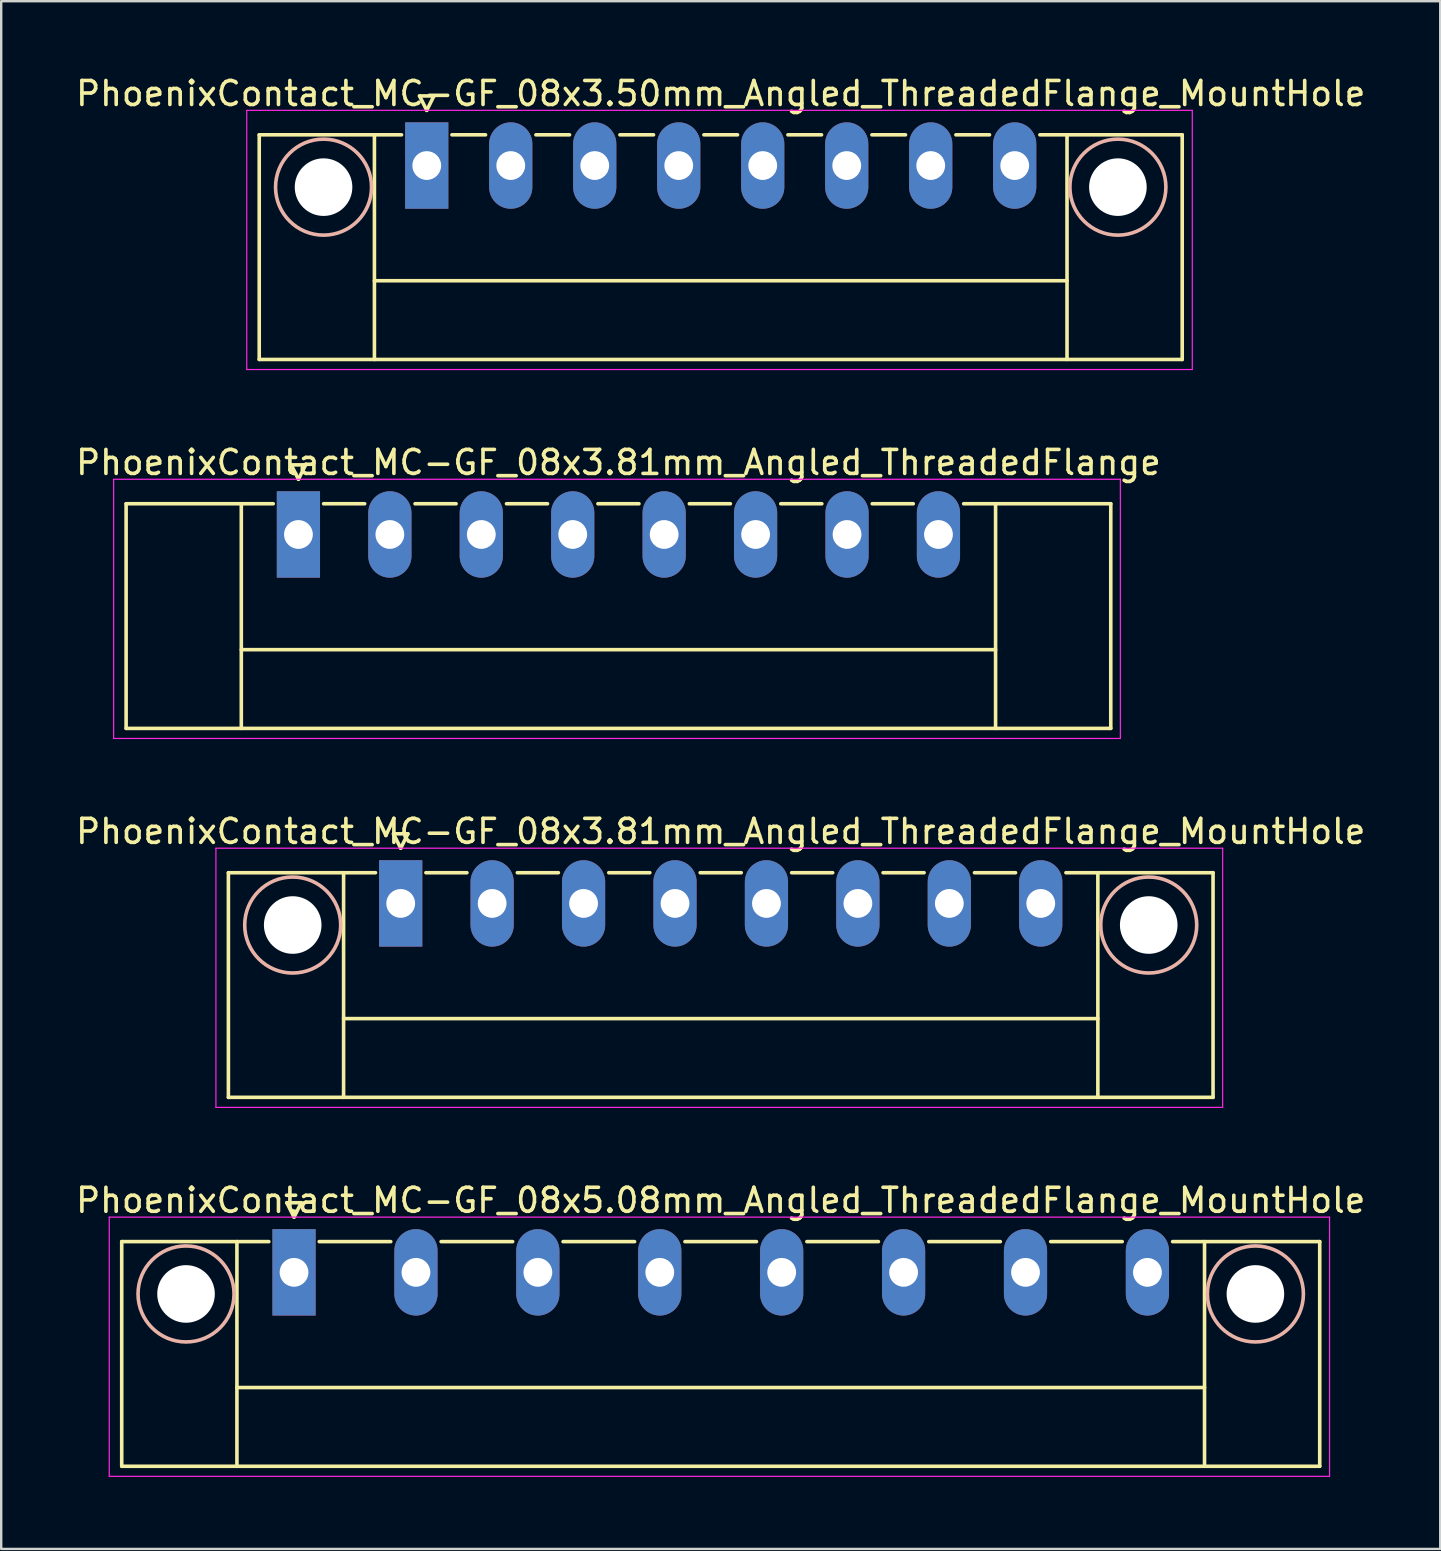
<source format=kicad_pcb>
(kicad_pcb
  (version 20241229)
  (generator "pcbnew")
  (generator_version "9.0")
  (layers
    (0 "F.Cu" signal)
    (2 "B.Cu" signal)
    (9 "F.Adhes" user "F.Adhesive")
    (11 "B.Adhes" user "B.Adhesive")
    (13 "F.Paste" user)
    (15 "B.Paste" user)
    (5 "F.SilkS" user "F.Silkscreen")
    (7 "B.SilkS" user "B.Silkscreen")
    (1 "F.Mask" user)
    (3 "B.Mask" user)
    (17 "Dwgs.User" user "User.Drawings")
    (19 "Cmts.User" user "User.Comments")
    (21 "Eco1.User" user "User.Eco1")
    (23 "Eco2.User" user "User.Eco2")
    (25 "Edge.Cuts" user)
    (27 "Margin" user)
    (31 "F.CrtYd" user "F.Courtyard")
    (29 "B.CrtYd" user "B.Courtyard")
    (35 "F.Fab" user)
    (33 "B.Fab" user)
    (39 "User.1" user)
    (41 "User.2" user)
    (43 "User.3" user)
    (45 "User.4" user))
  (footprint "PhoenixContact_MC-GF_08x3.81mm_Angled_ThreadedFlange"
    (layer "F.Cu")
    (at 9.385 19.221)
    (property "Reference" "PhoenixContact_MC-GF_08x3.81mm_Angled_ThreadedFlange" (at 13.335 -3 0) (layer "F.SilkS") (effects (font (size 1 1) (thickness 0.15))))
    (attr through_hole)
    (fp_line (start -7.18 -1.28) (end -7.18 8.08) (stroke (width 0.15) (type solid)) (layer "F.SilkS"))
    (fp_line (start -7.18 -1.28) (end -1.05 -1.28) (stroke (width 0.15) (type solid)) (layer "F.SilkS"))
    (fp_line (start -7.18 8.08) (end 33.85 8.08) (stroke (width 0.15) (type solid)) (layer "F.SilkS"))
    (fp_line (start -2.38 -1.28) (end -2.38 8.08) (stroke (width 0.15) (type solid)) (layer "F.SilkS"))
    (fp_line (start -2.38 4.8) (end 29.05 4.8) (stroke (width 0.15) (type solid)) (layer "F.SilkS"))
    (fp_line (start -0.3 -2.9) (end 0 -2.3) (stroke (width 0.15) (type solid)) (layer "F.SilkS"))
    (fp_line (start 0 -2.3) (end 0.3 -2.9) (stroke (width 0.15) (type solid)) (layer "F.SilkS"))
    (fp_line (start 0.3 -2.9) (end -0.3 -2.9) (stroke (width 0.15) (type solid)) (layer "F.SilkS"))
    (fp_line (start 1.05 -1.28) (end 2.76 -1.28) (stroke (width 0.15) (type solid)) (layer "F.SilkS"))
    (fp_line (start 4.86 -1.28) (end 6.57 -1.28) (stroke (width 0.15) (type solid)) (layer "F.SilkS"))
    (fp_line (start 8.67 -1.28) (end 10.38 -1.28) (stroke (width 0.15) (type solid)) (layer "F.SilkS"))
    (fp_line (start 12.48 -1.28) (end 14.19 -1.28) (stroke (width 0.15) (type solid)) (layer "F.SilkS"))
    (fp_line (start 16.29 -1.28) (end 18 -1.28) (stroke (width 0.15) (type solid)) (layer "F.SilkS"))
    (fp_line (start 20.1 -1.28) (end 21.81 -1.28) (stroke (width 0.15) (type solid)) (layer "F.SilkS"))
    (fp_line (start 23.91 -1.28) (end 25.62 -1.28) (stroke (width 0.15) (type solid)) (layer "F.SilkS"))
    (fp_line (start 29.05 -1.28) (end 29.05 8.08) (stroke (width 0.15) (type solid)) (layer "F.SilkS"))
    (fp_line (start 33.85 -1.28) (end 27.72 -1.28) (stroke (width 0.15) (type solid)) (layer "F.SilkS"))
    (fp_line (start 33.85 8.08) (end 33.85 -1.28) (stroke (width 0.15) (type solid)) (layer "F.SilkS"))
    (fp_line (start -7.7 -2.3) (end -7.7 8.5) (stroke (width 0.05) (type solid)) (layer "F.CrtYd"))
    (fp_line (start -7.7 8.5) (end 34.25 8.5) (stroke (width 0.05) (type solid)) (layer "F.CrtYd"))
    (fp_line (start 34.25 -2.3) (end -7.7 -2.3) (stroke (width 0.05) (type solid)) (layer "F.CrtYd"))
    (fp_line (start 34.25 8.5) (end 34.25 -2.3) (stroke (width 0.05) (type solid)) (layer "F.CrtYd"))
    (pad "1" thru_hole rect (at 0 0) (size 1.8 3.6) (drill 1.2) (layers "*.Cu" "*.Mask"))
    (pad "2" thru_hole oval (at 3.81 0) (size 1.8 3.6) (drill 1.2) (layers "*.Cu" "*.Mask"))
    (pad "3" thru_hole oval (at 7.62 0) (size 1.8 3.6) (drill 1.2) (layers "*.Cu" "*.Mask"))
    (pad "4" thru_hole oval (at 11.43 0) (size 1.8 3.6) (drill 1.2) (layers "*.Cu" "*.Mask"))
    (pad "5" thru_hole oval (at 15.24 0) (size 1.8 3.6) (drill 1.2) (layers "*.Cu" "*.Mask"))
    (pad "6" thru_hole oval (at 19.05 0) (size 1.8 3.6) (drill 1.2) (layers "*.Cu" "*.Mask"))
    (pad "7" thru_hole oval (at 22.86 0) (size 1.8 3.6) (drill 1.2) (layers "*.Cu" "*.Mask"))
    (pad "8" thru_hole oval (at 26.67 0) (size 1.8 3.6) (drill 1.2) (layers "*.Cu" "*.Mask")))
  (footprint "PhoenixContact_MC-GF_08x5.08mm_Angled_ThreadedFlange_MountHole"
    (layer "F.Cu")
    (at 9.202 49.968)
    (property "Reference" "PhoenixContact_MC-GF_08x5.08mm_Angled_ThreadedFlange_MountHole" (at 17.78 -3 0) (layer "F.SilkS") (effects (font (size 1 1) (thickness 0.15))))
    (attr through_hole)
    (fp_line (start -7.18 -1.28) (end -7.18 8.08) (stroke (width 0.15) (type solid)) (layer "F.SilkS"))
    (fp_line (start -7.18 -1.28) (end -1.05 -1.28) (stroke (width 0.15) (type solid)) (layer "F.SilkS"))
    (fp_line (start -7.18 8.08) (end 42.74 8.08) (stroke (width 0.15) (type solid)) (layer "F.SilkS"))
    (fp_line (start -2.38 -1.28) (end -2.38 8.08) (stroke (width 0.15) (type solid)) (layer "F.SilkS"))
    (fp_line (start -2.38 4.8) (end 37.94 4.8) (stroke (width 0.15) (type solid)) (layer "F.SilkS"))
    (fp_line (start -0.3 -2.9) (end 0 -2.3) (stroke (width 0.15) (type solid)) (layer "F.SilkS"))
    (fp_line (start 0 -2.3) (end 0.3 -2.9) (stroke (width 0.15) (type solid)) (layer "F.SilkS"))
    (fp_line (start 0.3 -2.9) (end -0.3 -2.9) (stroke (width 0.15) (type solid)) (layer "F.SilkS"))
    (fp_line (start 1.05 -1.28) (end 4.03 -1.28) (stroke (width 0.15) (type solid)) (layer "F.SilkS"))
    (fp_line (start 6.13 -1.28) (end 9.11 -1.28) (stroke (width 0.15) (type solid)) (layer "F.SilkS"))
    (fp_line (start 11.21 -1.28) (end 14.19 -1.28) (stroke (width 0.15) (type solid)) (layer "F.SilkS"))
    (fp_line (start 16.29 -1.28) (end 19.27 -1.28) (stroke (width 0.15) (type solid)) (layer "F.SilkS"))
    (fp_line (start 21.37 -1.28) (end 24.35 -1.28) (stroke (width 0.15) (type solid)) (layer "F.SilkS"))
    (fp_line (start 26.45 -1.28) (end 29.43 -1.28) (stroke (width 0.15) (type solid)) (layer "F.SilkS"))
    (fp_line (start 31.53 -1.28) (end 34.51 -1.28) (stroke (width 0.15) (type solid)) (layer "F.SilkS"))
    (fp_line (start 37.94 -1.28) (end 37.94 8.08) (stroke (width 0.15) (type solid)) (layer "F.SilkS"))
    (fp_line (start 42.74 -1.28) (end 36.61 -1.28) (stroke (width 0.15) (type solid)) (layer "F.SilkS"))
    (fp_line (start 42.74 8.08) (end 42.74 -1.28) (stroke (width 0.15) (type solid)) (layer "F.SilkS"))
    (fp_circle (center -4.5 0.9) (end -2.5 0.9) (stroke (width 0.15) (type solid)) (fill no) (layer "B.SilkS"))
    (fp_circle (center 40.06 0.9) (end 42.06 0.9) (stroke (width 0.15) (type solid)) (fill no) (layer "B.SilkS"))
    (fp_line (start -7.7 -2.3) (end -7.7 8.5) (stroke (width 0.05) (type solid)) (layer "F.CrtYd"))
    (fp_line (start -7.7 8.5) (end 43.15 8.5) (stroke (width 0.05) (type solid)) (layer "F.CrtYd"))
    (fp_line (start 43.15 -2.3) (end -7.7 -2.3) (stroke (width 0.05) (type solid)) (layer "F.CrtYd"))
    (fp_line (start 43.15 8.5) (end 43.15 -2.3) (stroke (width 0.05) (type solid)) (layer "F.CrtYd"))
    (pad "" np_thru_hole circle (at -4.5 0.9) (size 2.4 2.4) (drill 2.4) (layers "*.Cu" "*.Mask"))
    (pad "" np_thru_hole circle (at 40.06 0.9) (size 2.4 2.4) (drill 2.4) (layers "*.Cu" "*.Mask"))
    (pad "1" thru_hole rect (at 0 0) (size 1.8 3.6) (drill 1.2) (layers "*.Cu" "*.Mask"))
    (pad "2" thru_hole oval (at 5.08 0) (size 1.8 3.6) (drill 1.2) (layers "*.Cu" "*.Mask"))
    (pad "3" thru_hole oval (at 10.16 0) (size 1.8 3.6) (drill 1.2) (layers "*.Cu" "*.Mask"))
    (pad "4" thru_hole oval (at 15.24 0) (size 1.8 3.6) (drill 1.2) (layers "*.Cu" "*.Mask"))
    (pad "5" thru_hole oval (at 20.32 0) (size 1.8 3.6) (drill 1.2) (layers "*.Cu" "*.Mask"))
    (pad "6" thru_hole oval (at 25.4 0) (size 1.8 3.6) (drill 1.2) (layers "*.Cu" "*.Mask"))
    (pad "7" thru_hole oval (at 30.48 0) (size 1.8 3.6) (drill 1.2) (layers "*.Cu" "*.Mask"))
    (pad "8" thru_hole oval (at 35.56 0) (size 1.8 3.6) (drill 1.2) (layers "*.Cu" "*.Mask")))
  (footprint "PhoenixContact_MC-GF_08x3.50mm_Angled_ThreadedFlange_MountHole"
    (layer "F.Cu")
    (at 14.732 3.848)
    (property "Reference" "PhoenixContact_MC-GF_08x3.50mm_Angled_ThreadedFlange_MountHole" (at 12.25 -3 0) (layer "F.SilkS") (effects (font (size 1 1) (thickness 0.15))))
    (attr through_hole)
    (fp_line (start -6.98 -1.28) (end -6.98 8.08) (stroke (width 0.15) (type solid)) (layer "F.SilkS"))
    (fp_line (start -6.98 -1.28) (end -1.05 -1.28) (stroke (width 0.15) (type solid)) (layer "F.SilkS"))
    (fp_line (start -6.98 8.08) (end 31.48 8.08) (stroke (width 0.15) (type solid)) (layer "F.SilkS"))
    (fp_line (start -2.18 -1.28) (end -2.18 8.08) (stroke (width 0.15) (type solid)) (layer "F.SilkS"))
    (fp_line (start -2.18 4.8) (end 26.68 4.8) (stroke (width 0.15) (type solid)) (layer "F.SilkS"))
    (fp_line (start -0.3 -2.9) (end 0 -2.3) (stroke (width 0.15) (type solid)) (layer "F.SilkS"))
    (fp_line (start 0 -2.3) (end 0.3 -2.9) (stroke (width 0.15) (type solid)) (layer "F.SilkS"))
    (fp_line (start 0.3 -2.9) (end -0.3 -2.9) (stroke (width 0.15) (type solid)) (layer "F.SilkS"))
    (fp_line (start 1.05 -1.28) (end 2.45 -1.28) (stroke (width 0.15) (type solid)) (layer "F.SilkS"))
    (fp_line (start 4.55 -1.28) (end 5.95 -1.28) (stroke (width 0.15) (type solid)) (layer "F.SilkS"))
    (fp_line (start 8.05 -1.28) (end 9.45 -1.28) (stroke (width 0.15) (type solid)) (layer "F.SilkS"))
    (fp_line (start 11.55 -1.28) (end 12.95 -1.28) (stroke (width 0.15) (type solid)) (layer "F.SilkS"))
    (fp_line (start 15.05 -1.28) (end 16.45 -1.28) (stroke (width 0.15) (type solid)) (layer "F.SilkS"))
    (fp_line (start 18.55 -1.28) (end 19.95 -1.28) (stroke (width 0.15) (type solid)) (layer "F.SilkS"))
    (fp_line (start 22.05 -1.28) (end 23.45 -1.28) (stroke (width 0.15) (type solid)) (layer "F.SilkS"))
    (fp_line (start 26.68 -1.28) (end 26.68 8.08) (stroke (width 0.15) (type solid)) (layer "F.SilkS"))
    (fp_line (start 31.48 -1.28) (end 25.55 -1.28) (stroke (width 0.15) (type solid)) (layer "F.SilkS"))
    (fp_line (start 31.48 8.08) (end 31.48 -1.28) (stroke (width 0.15) (type solid)) (layer "F.SilkS"))
    (fp_circle (center -4.3 0.9) (end -2.3 0.9) (stroke (width 0.15) (type solid)) (fill no) (layer "B.SilkS"))
    (fp_circle (center 28.8 0.9) (end 30.8 0.9) (stroke (width 0.15) (type solid)) (fill no) (layer "B.SilkS"))
    (fp_line (start -7.5 -2.3) (end -7.5 8.5) (stroke (width 0.05) (type solid)) (layer "F.CrtYd"))
    (fp_line (start -7.5 8.5) (end 31.9 8.5) (stroke (width 0.05) (type solid)) (layer "F.CrtYd"))
    (fp_line (start 31.9 -2.3) (end -7.5 -2.3) (stroke (width 0.05) (type solid)) (layer "F.CrtYd"))
    (fp_line (start 31.9 8.5) (end 31.9 -2.3) (stroke (width 0.05) (type solid)) (layer "F.CrtYd"))
    (pad "" np_thru_hole circle (at -4.3 0.9) (size 2.4 2.4) (drill 2.4) (layers "*.Cu" "*.Mask"))
    (pad "" np_thru_hole circle (at 28.8 0.9) (size 2.4 2.4) (drill 2.4) (layers "*.Cu" "*.Mask"))
    (pad "1" thru_hole rect (at 0 0) (size 1.8 3.6) (drill 1.2) (layers "*.Cu" "*.Mask"))
    (pad "2" thru_hole oval (at 3.5 0) (size 1.8 3.6) (drill 1.2) (layers "*.Cu" "*.Mask"))
    (pad "3" thru_hole oval (at 7 0) (size 1.8 3.6) (drill 1.2) (layers "*.Cu" "*.Mask"))
    (pad "4" thru_hole oval (at 10.5 0) (size 1.8 3.6) (drill 1.2) (layers "*.Cu" "*.Mask"))
    (pad "5" thru_hole oval (at 14 0) (size 1.8 3.6) (drill 1.2) (layers "*.Cu" "*.Mask"))
    (pad "6" thru_hole oval (at 17.5 0) (size 1.8 3.6) (drill 1.2) (layers "*.Cu" "*.Mask"))
    (pad "7" thru_hole oval (at 21 0) (size 1.8 3.6) (drill 1.2) (layers "*.Cu" "*.Mask"))
    (pad "8" thru_hole oval (at 24.5 0) (size 1.8 3.6) (drill 1.2) (layers "*.Cu" "*.Mask")))
  (footprint "PhoenixContact_MC-GF_08x3.81mm_Angled_ThreadedFlange_MountHole"
    (layer "F.Cu")
    (at 13.647 34.595)
    (property "Reference" "PhoenixContact_MC-GF_08x3.81mm_Angled_ThreadedFlange_MountHole" (at 13.335 -3 0) (layer "F.SilkS") (effects (font (size 1 1) (thickness 0.15))))
    (attr through_hole)
    (fp_line (start -7.18 -1.28) (end -7.18 8.08) (stroke (width 0.15) (type solid)) (layer "F.SilkS"))
    (fp_line (start -7.18 -1.28) (end -1.05 -1.28) (stroke (width 0.15) (type solid)) (layer "F.SilkS"))
    (fp_line (start -7.18 8.08) (end 33.85 8.08) (stroke (width 0.15) (type solid)) (layer "F.SilkS"))
    (fp_line (start -2.38 -1.28) (end -2.38 8.08) (stroke (width 0.15) (type solid)) (layer "F.SilkS"))
    (fp_line (start -2.38 4.8) (end 29.05 4.8) (stroke (width 0.15) (type solid)) (layer "F.SilkS"))
    (fp_line (start -0.3 -2.9) (end 0 -2.3) (stroke (width 0.15) (type solid)) (layer "F.SilkS"))
    (fp_line (start 0 -2.3) (end 0.3 -2.9) (stroke (width 0.15) (type solid)) (layer "F.SilkS"))
    (fp_line (start 0.3 -2.9) (end -0.3 -2.9) (stroke (width 0.15) (type solid)) (layer "F.SilkS"))
    (fp_line (start 1.05 -1.28) (end 2.76 -1.28) (stroke (width 0.15) (type solid)) (layer "F.SilkS"))
    (fp_line (start 4.86 -1.28) (end 6.57 -1.28) (stroke (width 0.15) (type solid)) (layer "F.SilkS"))
    (fp_line (start 8.67 -1.28) (end 10.38 -1.28) (stroke (width 0.15) (type solid)) (layer "F.SilkS"))
    (fp_line (start 12.48 -1.28) (end 14.19 -1.28) (stroke (width 0.15) (type solid)) (layer "F.SilkS"))
    (fp_line (start 16.29 -1.28) (end 18 -1.28) (stroke (width 0.15) (type solid)) (layer "F.SilkS"))
    (fp_line (start 20.1 -1.28) (end 21.81 -1.28) (stroke (width 0.15) (type solid)) (layer "F.SilkS"))
    (fp_line (start 23.91 -1.28) (end 25.62 -1.28) (stroke (width 0.15) (type solid)) (layer "F.SilkS"))
    (fp_line (start 29.05 -1.28) (end 29.05 8.08) (stroke (width 0.15) (type solid)) (layer "F.SilkS"))
    (fp_line (start 33.85 -1.28) (end 27.72 -1.28) (stroke (width 0.15) (type solid)) (layer "F.SilkS"))
    (fp_line (start 33.85 8.08) (end 33.85 -1.28) (stroke (width 0.15) (type solid)) (layer "F.SilkS"))
    (fp_circle (center -4.5 0.9) (end -2.5 0.9) (stroke (width 0.15) (type solid)) (fill no) (layer "B.SilkS"))
    (fp_circle (center 31.17 0.9) (end 33.17 0.9) (stroke (width 0.15) (type solid)) (fill no) (layer "B.SilkS"))
    (fp_line (start -7.7 -2.3) (end -7.7 8.5) (stroke (width 0.05) (type solid)) (layer "F.CrtYd"))
    (fp_line (start -7.7 8.5) (end 34.25 8.5) (stroke (width 0.05) (type solid)) (layer "F.CrtYd"))
    (fp_line (start 34.25 -2.3) (end -7.7 -2.3) (stroke (width 0.05) (type solid)) (layer "F.CrtYd"))
    (fp_line (start 34.25 8.5) (end 34.25 -2.3) (stroke (width 0.05) (type solid)) (layer "F.CrtYd"))
    (pad "" np_thru_hole circle (at -4.5 0.9) (size 2.4 2.4) (drill 2.4) (layers "*.Cu" "*.Mask"))
    (pad "" np_thru_hole circle (at 31.17 0.9) (size 2.4 2.4) (drill 2.4) (layers "*.Cu" "*.Mask"))
    (pad "1" thru_hole rect (at 0 0) (size 1.8 3.6) (drill 1.2) (layers "*.Cu" "*.Mask"))
    (pad "2" thru_hole oval (at 3.81 0) (size 1.8 3.6) (drill 1.2) (layers "*.Cu" "*.Mask"))
    (pad "3" thru_hole oval (at 7.62 0) (size 1.8 3.6) (drill 1.2) (layers "*.Cu" "*.Mask"))
    (pad "4" thru_hole oval (at 11.43 0) (size 1.8 3.6) (drill 1.2) (layers "*.Cu" "*.Mask"))
    (pad "5" thru_hole oval (at 15.24 0) (size 1.8 3.6) (drill 1.2) (layers "*.Cu" "*.Mask"))
    (pad "6" thru_hole oval (at 19.05 0) (size 1.8 3.6) (drill 1.2) (layers "*.Cu" "*.Mask"))
    (pad "7" thru_hole oval (at 22.86 0) (size 1.8 3.6) (drill 1.2) (layers "*.Cu" "*.Mask"))
    (pad "8" thru_hole oval (at 26.67 0) (size 1.8 3.6) (drill 1.2) (layers "*.Cu" "*.Mask")))
  (gr_rect
    (start -3 -3)
    (end 56.964 61.493)
    (stroke (width 0.1) (type default))
    (fill no)
    (layer "Edge.Cuts")))
</source>
